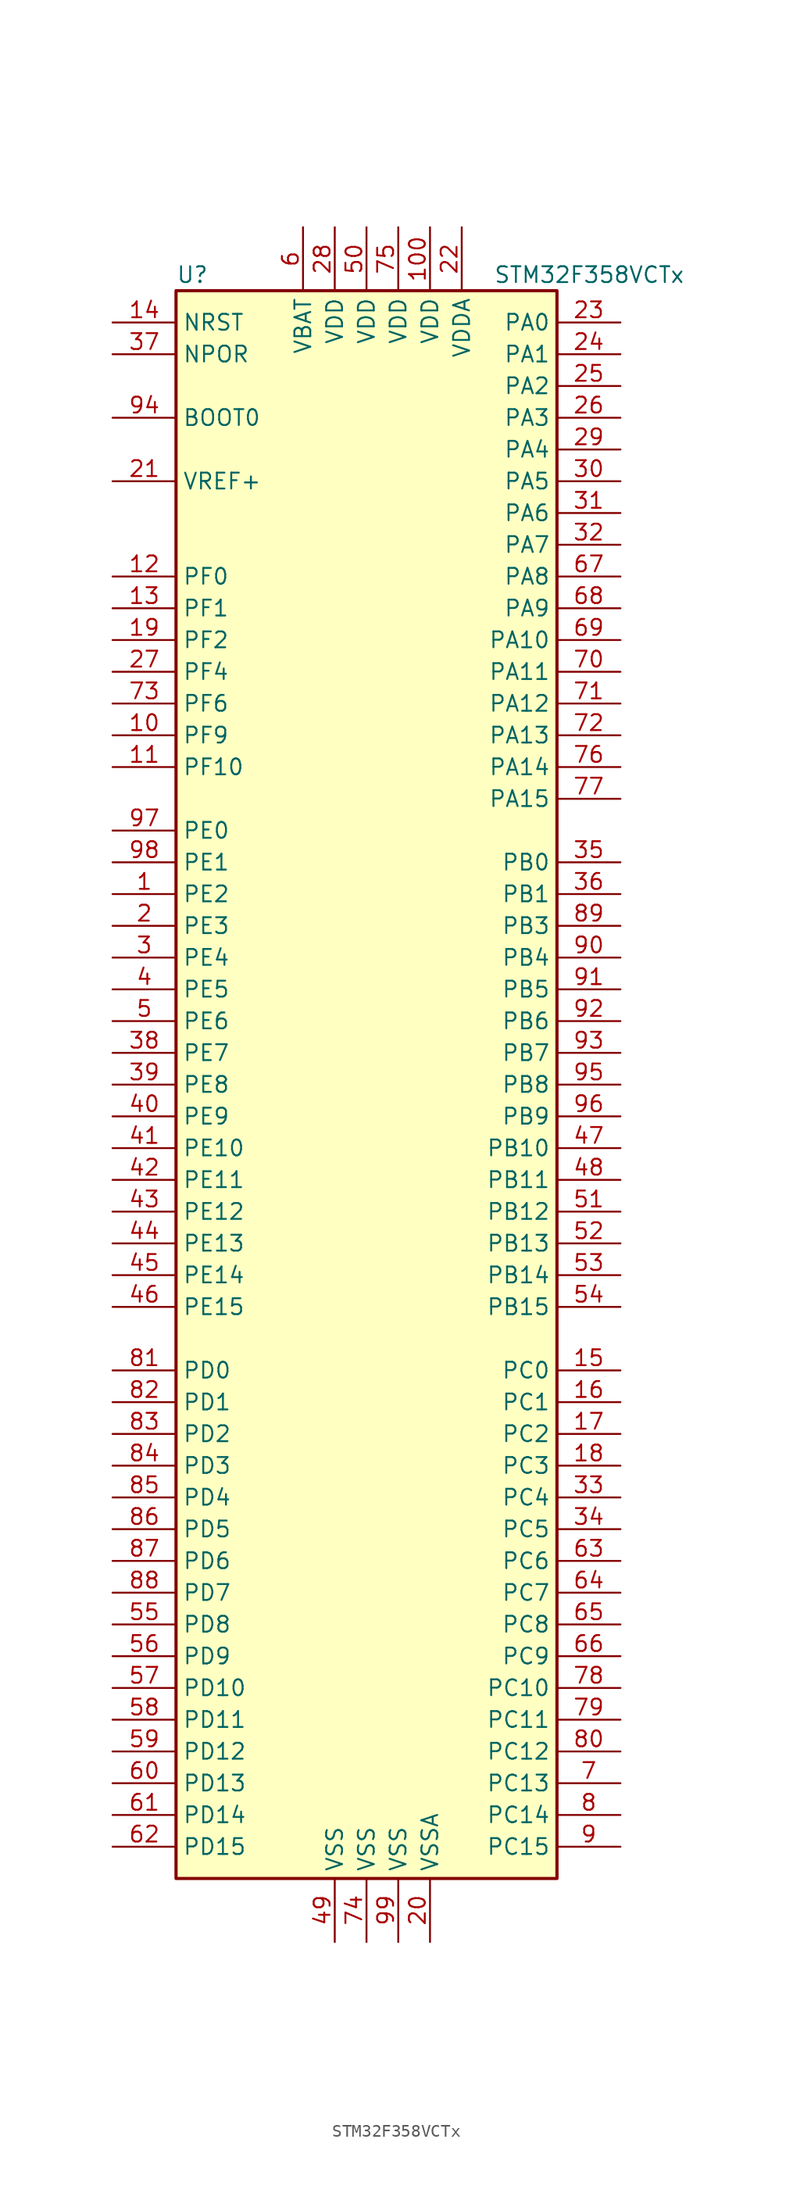
<source format=kicad_sym>
(kicad_symbol_lib
  (version 20211014)
  (generator kicad_symbol_editor)
  (symbol "STM32F358VCTx"
    (property "Reference" "U"
      (at -15.24 64.77 0)
      (effects (font (size 1.27 1.27)) (justify left)))
    (property "Value" "STM32F358VCTx"
      (at 10.16 64.77 0)
      (effects (font (size 1.27 1.27)) (justify left)))
    (symbol "STM32F358VCTx_0_1"
      (rectangle (start -15.24 -63.5) (end 15.24 63.5) (stroke (width 0.254) (type default) (color 0 0 0 0)) (fill (type background))))
    (symbol "STM32F358VCTx_1_1"
      (pin bidirectional line (at -20.32 15.24 0) (length 5.08) (name "PE2" (effects (font (size 1.27 1.27)))) (number "1" (effects (font (size 1.27 1.27)))))
      (pin bidirectional line (at -20.32 27.94 0) (length 5.08) (name "PF9" (effects (font (size 1.27 1.27)))) (number "10" (effects (font (size 1.27 1.27)))))
      (pin power_in line (at 5.08 68.58 270) (length 5.08) (name "VDD" (effects (font (size 1.27 1.27)))) (number "100" (effects (font (size 1.27 1.27)))))
      (pin bidirectional line (at -20.32 25.4 0) (length 5.08) (name "PF10" (effects (font (size 1.27 1.27)))) (number "11" (effects (font (size 1.27 1.27)))))
      (pin input line (at -20.32 40.64 0) (length 5.08) (name "PF0" (effects (font (size 1.27 1.27)))) (number "12" (effects (font (size 1.27 1.27)))))
      (pin input line (at -20.32 38.1 0) (length 5.08) (name "PF1" (effects (font (size 1.27 1.27)))) (number "13" (effects (font (size 1.27 1.27)))))
      (pin input line (at -20.32 60.96 0) (length 5.08) (name "NRST" (effects (font (size 1.27 1.27)))) (number "14" (effects (font (size 1.27 1.27)))))
      (pin bidirectional line (at 20.32 -22.86 180) (length 5.08) (name "PC0" (effects (font (size 1.27 1.27)))) (number "15" (effects (font (size 1.27 1.27)))))
      (pin bidirectional line (at 20.32 -25.4 180) (length 5.08) (name "PC1" (effects (font (size 1.27 1.27)))) (number "16" (effects (font (size 1.27 1.27)))))
      (pin bidirectional line (at 20.32 -27.94 180) (length 5.08) (name "PC2" (effects (font (size 1.27 1.27)))) (number "17" (effects (font (size 1.27 1.27)))))
      (pin bidirectional line (at 20.32 -30.48 180) (length 5.08) (name "PC3" (effects (font (size 1.27 1.27)))) (number "18" (effects (font (size 1.27 1.27)))))
      (pin bidirectional line (at -20.32 35.56 0) (length 5.08) (name "PF2" (effects (font (size 1.27 1.27)))) (number "19" (effects (font (size 1.27 1.27)))))
      (pin bidirectional line (at -20.32 12.7 0) (length 5.08) (name "PE3" (effects (font (size 1.27 1.27)))) (number "2" (effects (font (size 1.27 1.27)))))
      (pin power_in line (at 5.08 -68.58 90) (length 5.08) (name "VSSA" (effects (font (size 1.27 1.27)))) (number "20" (effects (font (size 1.27 1.27)))))
      (pin power_in line (at -20.32 48.26 0) (length 5.08) (name "VREF+" (effects (font (size 1.27 1.27)))) (number "21" (effects (font (size 1.27 1.27)))))
      (pin power_in line (at 7.62 68.58 270) (length 5.08) (name "VDDA" (effects (font (size 1.27 1.27)))) (number "22" (effects (font (size 1.27 1.27)))))
      (pin bidirectional line (at 20.32 60.96 180) (length 5.08) (name "PA0" (effects (font (size 1.27 1.27)))) (number "23" (effects (font (size 1.27 1.27)))))
      (pin bidirectional line (at 20.32 58.42 180) (length 5.08) (name "PA1" (effects (font (size 1.27 1.27)))) (number "24" (effects (font (size 1.27 1.27)))))
      (pin bidirectional line (at 20.32 55.88 180) (length 5.08) (name "PA2" (effects (font (size 1.27 1.27)))) (number "25" (effects (font (size 1.27 1.27)))))
      (pin bidirectional line (at 20.32 53.34 180) (length 5.08) (name "PA3" (effects (font (size 1.27 1.27)))) (number "26" (effects (font (size 1.27 1.27)))))
      (pin bidirectional line (at -20.32 33.02 0) (length 5.08) (name "PF4" (effects (font (size 1.27 1.27)))) (number "27" (effects (font (size 1.27 1.27)))))
      (pin power_in line (at -2.54 68.58 270) (length 5.08) (name "VDD" (effects (font (size 1.27 1.27)))) (number "28" (effects (font (size 1.27 1.27)))))
      (pin bidirectional line (at 20.32 50.8 180) (length 5.08) (name "PA4" (effects (font (size 1.27 1.27)))) (number "29" (effects (font (size 1.27 1.27)))))
      (pin bidirectional line (at -20.32 10.16 0) (length 5.08) (name "PE4" (effects (font (size 1.27 1.27)))) (number "3" (effects (font (size 1.27 1.27)))))
      (pin bidirectional line (at 20.32 48.26 180) (length 5.08) (name "PA5" (effects (font (size 1.27 1.27)))) (number "30" (effects (font (size 1.27 1.27)))))
      (pin bidirectional line (at 20.32 45.72 180) (length 5.08) (name "PA6" (effects (font (size 1.27 1.27)))) (number "31" (effects (font (size 1.27 1.27)))))
      (pin bidirectional line (at 20.32 43.18 180) (length 5.08) (name "PA7" (effects (font (size 1.27 1.27)))) (number "32" (effects (font (size 1.27 1.27)))))
      (pin bidirectional line (at 20.32 -33.02 180) (length 5.08) (name "PC4" (effects (font (size 1.27 1.27)))) (number "33" (effects (font (size 1.27 1.27)))))
      (pin bidirectional line (at 20.32 -35.56 180) (length 5.08) (name "PC5" (effects (font (size 1.27 1.27)))) (number "34" (effects (font (size 1.27 1.27)))))
      (pin bidirectional line (at 20.32 17.78 180) (length 5.08) (name "PB0" (effects (font (size 1.27 1.27)))) (number "35" (effects (font (size 1.27 1.27)))))
      (pin bidirectional line (at 20.32 15.24 180) (length 5.08) (name "PB1" (effects (font (size 1.27 1.27)))) (number "36" (effects (font (size 1.27 1.27)))))
      (pin input line (at -20.32 58.42 0) (length 5.08) (name "NPOR" (effects (font (size 1.27 1.27)))) (number "37" (effects (font (size 1.27 1.27)))))
      (pin bidirectional line (at -20.32 2.54 0) (length 5.08) (name "PE7" (effects (font (size 1.27 1.27)))) (number "38" (effects (font (size 1.27 1.27)))))
      (pin bidirectional line (at -20.32 0 0) (length 5.08) (name "PE8" (effects (font (size 1.27 1.27)))) (number "39" (effects (font (size 1.27 1.27)))))
      (pin bidirectional line (at -20.32 7.62 0) (length 5.08) (name "PE5" (effects (font (size 1.27 1.27)))) (number "4" (effects (font (size 1.27 1.27)))))
      (pin bidirectional line (at -20.32 -2.54 0) (length 5.08) (name "PE9" (effects (font (size 1.27 1.27)))) (number "40" (effects (font (size 1.27 1.27)))))
      (pin bidirectional line (at -20.32 -5.08 0) (length 5.08) (name "PE10" (effects (font (size 1.27 1.27)))) (number "41" (effects (font (size 1.27 1.27)))))
      (pin bidirectional line (at -20.32 -7.62 0) (length 5.08) (name "PE11" (effects (font (size 1.27 1.27)))) (number "42" (effects (font (size 1.27 1.27)))))
      (pin bidirectional line (at -20.32 -10.16 0) (length 5.08) (name "PE12" (effects (font (size 1.27 1.27)))) (number "43" (effects (font (size 1.27 1.27)))))
      (pin bidirectional line (at -20.32 -12.7 0) (length 5.08) (name "PE13" (effects (font (size 1.27 1.27)))) (number "44" (effects (font (size 1.27 1.27)))))
      (pin bidirectional line (at -20.32 -15.24 0) (length 5.08) (name "PE14" (effects (font (size 1.27 1.27)))) (number "45" (effects (font (size 1.27 1.27)))))
      (pin bidirectional line (at -20.32 -17.78 0) (length 5.08) (name "PE15" (effects (font (size 1.27 1.27)))) (number "46" (effects (font (size 1.27 1.27)))))
      (pin bidirectional line (at 20.32 -5.08 180) (length 5.08) (name "PB10" (effects (font (size 1.27 1.27)))) (number "47" (effects (font (size 1.27 1.27)))))
      (pin bidirectional line (at 20.32 -7.62 180) (length 5.08) (name "PB11" (effects (font (size 1.27 1.27)))) (number "48" (effects (font (size 1.27 1.27)))))
      (pin power_in line (at -2.54 -68.58 90) (length 5.08) (name "VSS" (effects (font (size 1.27 1.27)))) (number "49" (effects (font (size 1.27 1.27)))))
      (pin bidirectional line (at -20.32 5.08 0) (length 5.08) (name "PE6" (effects (font (size 1.27 1.27)))) (number "5" (effects (font (size 1.27 1.27)))))
      (pin power_in line (at 0 68.58 270) (length 5.08) (name "VDD" (effects (font (size 1.27 1.27)))) (number "50" (effects (font (size 1.27 1.27)))))
      (pin bidirectional line (at 20.32 -10.16 180) (length 5.08) (name "PB12" (effects (font (size 1.27 1.27)))) (number "51" (effects (font (size 1.27 1.27)))))
      (pin bidirectional line (at 20.32 -12.7 180) (length 5.08) (name "PB13" (effects (font (size 1.27 1.27)))) (number "52" (effects (font (size 1.27 1.27)))))
      (pin bidirectional line (at 20.32 -15.24 180) (length 5.08) (name "PB14" (effects (font (size 1.27 1.27)))) (number "53" (effects (font (size 1.27 1.27)))))
      (pin bidirectional line (at 20.32 -17.78 180) (length 5.08) (name "PB15" (effects (font (size 1.27 1.27)))) (number "54" (effects (font (size 1.27 1.27)))))
      (pin bidirectional line (at -20.32 -43.18 0) (length 5.08) (name "PD8" (effects (font (size 1.27 1.27)))) (number "55" (effects (font (size 1.27 1.27)))))
      (pin bidirectional line (at -20.32 -45.72 0) (length 5.08) (name "PD9" (effects (font (size 1.27 1.27)))) (number "56" (effects (font (size 1.27 1.27)))))
      (pin bidirectional line (at -20.32 -48.26 0) (length 5.08) (name "PD10" (effects (font (size 1.27 1.27)))) (number "57" (effects (font (size 1.27 1.27)))))
      (pin bidirectional line (at -20.32 -50.8 0) (length 5.08) (name "PD11" (effects (font (size 1.27 1.27)))) (number "58" (effects (font (size 1.27 1.27)))))
      (pin bidirectional line (at -20.32 -53.34 0) (length 5.08) (name "PD12" (effects (font (size 1.27 1.27)))) (number "59" (effects (font (size 1.27 1.27)))))
      (pin power_in line (at -5.08 68.58 270) (length 5.08) (name "VBAT" (effects (font (size 1.27 1.27)))) (number "6" (effects (font (size 1.27 1.27)))))
      (pin bidirectional line (at -20.32 -55.88 0) (length 5.08) (name "PD13" (effects (font (size 1.27 1.27)))) (number "60" (effects (font (size 1.27 1.27)))))
      (pin bidirectional line (at -20.32 -58.42 0) (length 5.08) (name "PD14" (effects (font (size 1.27 1.27)))) (number "61" (effects (font (size 1.27 1.27)))))
      (pin bidirectional line (at -20.32 -60.96 0) (length 5.08) (name "PD15" (effects (font (size 1.27 1.27)))) (number "62" (effects (font (size 1.27 1.27)))))
      (pin bidirectional line (at 20.32 -38.1 180) (length 5.08) (name "PC6" (effects (font (size 1.27 1.27)))) (number "63" (effects (font (size 1.27 1.27)))))
      (pin bidirectional line (at 20.32 -40.64 180) (length 5.08) (name "PC7" (effects (font (size 1.27 1.27)))) (number "64" (effects (font (size 1.27 1.27)))))
      (pin bidirectional line (at 20.32 -43.18 180) (length 5.08) (name "PC8" (effects (font (size 1.27 1.27)))) (number "65" (effects (font (size 1.27 1.27)))))
      (pin bidirectional line (at 20.32 -45.72 180) (length 5.08) (name "PC9" (effects (font (size 1.27 1.27)))) (number "66" (effects (font (size 1.27 1.27)))))
      (pin bidirectional line (at 20.32 40.64 180) (length 5.08) (name "PA8" (effects (font (size 1.27 1.27)))) (number "67" (effects (font (size 1.27 1.27)))))
      (pin bidirectional line (at 20.32 38.1 180) (length 5.08) (name "PA9" (effects (font (size 1.27 1.27)))) (number "68" (effects (font (size 1.27 1.27)))))
      (pin bidirectional line (at 20.32 35.56 180) (length 5.08) (name "PA10" (effects (font (size 1.27 1.27)))) (number "69" (effects (font (size 1.27 1.27)))))
      (pin bidirectional line (at 20.32 -55.88 180) (length 5.08) (name "PC13" (effects (font (size 1.27 1.27)))) (number "7" (effects (font (size 1.27 1.27)))))
      (pin bidirectional line (at 20.32 33.02 180) (length 5.08) (name "PA11" (effects (font (size 1.27 1.27)))) (number "70" (effects (font (size 1.27 1.27)))))
      (pin bidirectional line (at 20.32 30.48 180) (length 5.08) (name "PA12" (effects (font (size 1.27 1.27)))) (number "71" (effects (font (size 1.27 1.27)))))
      (pin bidirectional line (at 20.32 27.94 180) (length 5.08) (name "PA13" (effects (font (size 1.27 1.27)))) (number "72" (effects (font (size 1.27 1.27)))))
      (pin bidirectional line (at -20.32 30.48 0) (length 5.08) (name "PF6" (effects (font (size 1.27 1.27)))) (number "73" (effects (font (size 1.27 1.27)))))
      (pin power_in line (at 0 -68.58 90) (length 5.08) (name "VSS" (effects (font (size 1.27 1.27)))) (number "74" (effects (font (size 1.27 1.27)))))
      (pin power_in line (at 2.54 68.58 270) (length 5.08) (name "VDD" (effects (font (size 1.27 1.27)))) (number "75" (effects (font (size 1.27 1.27)))))
      (pin bidirectional line (at 20.32 25.4 180) (length 5.08) (name "PA14" (effects (font (size 1.27 1.27)))) (number "76" (effects (font (size 1.27 1.27)))))
      (pin bidirectional line (at 20.32 22.86 180) (length 5.08) (name "PA15" (effects (font (size 1.27 1.27)))) (number "77" (effects (font (size 1.27 1.27)))))
      (pin bidirectional line (at 20.32 -48.26 180) (length 5.08) (name "PC10" (effects (font (size 1.27 1.27)))) (number "78" (effects (font (size 1.27 1.27)))))
      (pin bidirectional line (at 20.32 -50.8 180) (length 5.08) (name "PC11" (effects (font (size 1.27 1.27)))) (number "79" (effects (font (size 1.27 1.27)))))
      (pin bidirectional line (at 20.32 -58.42 180) (length 5.08) (name "PC14" (effects (font (size 1.27 1.27)))) (number "8" (effects (font (size 1.27 1.27)))))
      (pin bidirectional line (at 20.32 -53.34 180) (length 5.08) (name "PC12" (effects (font (size 1.27 1.27)))) (number "80" (effects (font (size 1.27 1.27)))))
      (pin bidirectional line (at -20.32 -22.86 0) (length 5.08) (name "PD0" (effects (font (size 1.27 1.27)))) (number "81" (effects (font (size 1.27 1.27)))))
      (pin bidirectional line (at -20.32 -25.4 0) (length 5.08) (name "PD1" (effects (font (size 1.27 1.27)))) (number "82" (effects (font (size 1.27 1.27)))))
      (pin bidirectional line (at -20.32 -27.94 0) (length 5.08) (name "PD2" (effects (font (size 1.27 1.27)))) (number "83" (effects (font (size 1.27 1.27)))))
      (pin bidirectional line (at -20.32 -30.48 0) (length 5.08) (name "PD3" (effects (font (size 1.27 1.27)))) (number "84" (effects (font (size 1.27 1.27)))))
      (pin bidirectional line (at -20.32 -33.02 0) (length 5.08) (name "PD4" (effects (font (size 1.27 1.27)))) (number "85" (effects (font (size 1.27 1.27)))))
      (pin bidirectional line (at -20.32 -35.56 0) (length 5.08) (name "PD5" (effects (font (size 1.27 1.27)))) (number "86" (effects (font (size 1.27 1.27)))))
      (pin bidirectional line (at -20.32 -38.1 0) (length 5.08) (name "PD6" (effects (font (size 1.27 1.27)))) (number "87" (effects (font (size 1.27 1.27)))))
      (pin bidirectional line (at -20.32 -40.64 0) (length 5.08) (name "PD7" (effects (font (size 1.27 1.27)))) (number "88" (effects (font (size 1.27 1.27)))))
      (pin bidirectional line (at 20.32 12.7 180) (length 5.08) (name "PB3" (effects (font (size 1.27 1.27)))) (number "89" (effects (font (size 1.27 1.27)))))
      (pin bidirectional line (at 20.32 -60.96 180) (length 5.08) (name "PC15" (effects (font (size 1.27 1.27)))) (number "9" (effects (font (size 1.27 1.27)))))
      (pin bidirectional line (at 20.32 10.16 180) (length 5.08) (name "PB4" (effects (font (size 1.27 1.27)))) (number "90" (effects (font (size 1.27 1.27)))))
      (pin bidirectional line (at 20.32 7.62 180) (length 5.08) (name "PB5" (effects (font (size 1.27 1.27)))) (number "91" (effects (font (size 1.27 1.27)))))
      (pin bidirectional line (at 20.32 5.08 180) (length 5.08) (name "PB6" (effects (font (size 1.27 1.27)))) (number "92" (effects (font (size 1.27 1.27)))))
      (pin bidirectional line (at 20.32 2.54 180) (length 5.08) (name "PB7" (effects (font (size 1.27 1.27)))) (number "93" (effects (font (size 1.27 1.27)))))
      (pin input line (at -20.32 53.34 0) (length 5.08) (name "BOOT0" (effects (font (size 1.27 1.27)))) (number "94" (effects (font (size 1.27 1.27)))))
      (pin bidirectional line (at 20.32 0 180) (length 5.08) (name "PB8" (effects (font (size 1.27 1.27)))) (number "95" (effects (font (size 1.27 1.27)))))
      (pin bidirectional line (at 20.32 -2.54 180) (length 5.08) (name "PB9" (effects (font (size 1.27 1.27)))) (number "96" (effects (font (size 1.27 1.27)))))
      (pin bidirectional line (at -20.32 20.32 0) (length 5.08) (name "PE0" (effects (font (size 1.27 1.27)))) (number "97" (effects (font (size 1.27 1.27)))))
      (pin bidirectional line (at -20.32 17.78 0) (length 5.08) (name "PE1" (effects (font (size 1.27 1.27)))) (number "98" (effects (font (size 1.27 1.27)))))
      (pin power_in line (at 2.54 -68.58 90) (length 5.08) (name "VSS" (effects (font (size 1.27 1.27)))) (number "99" (effects (font (size 1.27 1.27))))))))
</source>
